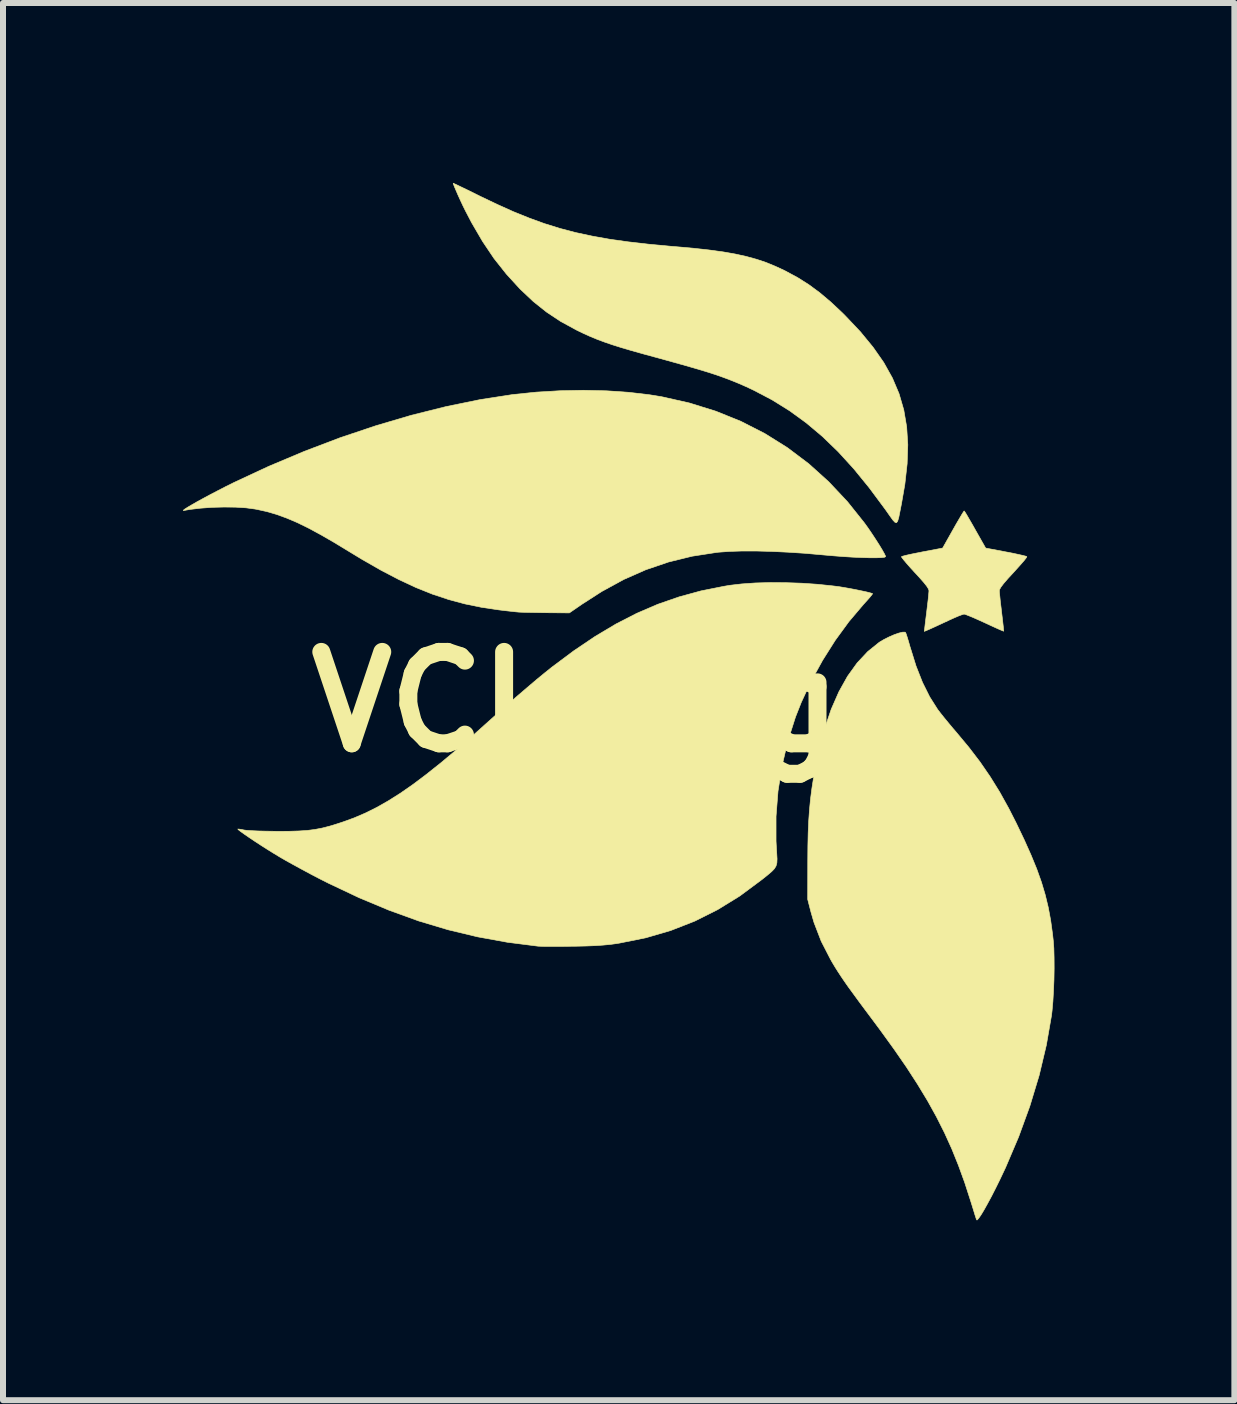
<source format=kicad_pcb>
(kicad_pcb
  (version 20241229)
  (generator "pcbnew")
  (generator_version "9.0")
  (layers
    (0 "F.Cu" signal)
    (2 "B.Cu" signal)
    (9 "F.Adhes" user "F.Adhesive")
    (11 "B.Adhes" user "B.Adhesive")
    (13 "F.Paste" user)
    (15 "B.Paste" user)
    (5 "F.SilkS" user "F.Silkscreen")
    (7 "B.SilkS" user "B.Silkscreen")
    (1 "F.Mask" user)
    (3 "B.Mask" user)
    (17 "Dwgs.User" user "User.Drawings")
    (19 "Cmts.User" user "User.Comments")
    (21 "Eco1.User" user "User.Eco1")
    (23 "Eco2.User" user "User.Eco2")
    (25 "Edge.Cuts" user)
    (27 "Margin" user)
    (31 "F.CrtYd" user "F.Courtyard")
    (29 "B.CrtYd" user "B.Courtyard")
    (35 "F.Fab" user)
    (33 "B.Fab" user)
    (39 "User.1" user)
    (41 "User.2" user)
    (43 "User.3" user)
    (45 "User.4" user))
  (footprint "VCL logo"
    (layer "F.Cu")
    (at 7.242 8.654)
    (property "Reference" "VCL logo" (at 0 0 0) (layer "F.SilkS") (effects (font (size 1.524 1.524) (thickness 0.3))))
    (attr through_hole)
    (fp_poly (pts (xy 5.796 -3.169) (xy 5.824 -3.124) (xy 5.864 -3.055) (xy 5.914 -2.969) (xy 5.967 -2.875) (xy 6.142 -2.566) (xy 6.48 -2.502) (xy 6.59 -2.481) (xy 6.687 -2.46) (xy 6.763 -2.443) (xy 6.812 -2.43) (xy 6.829 -2.423) (xy 6.819 -2.404) (xy 6.787 -2.362) (xy 6.735 -2.302) (xy 6.669 -2.228) (xy 6.604 -2.156) (xy 6.51 -2.054) (xy 6.442 -1.975) (xy 6.398 -1.917) (xy 6.375 -1.877) (xy 6.37 -1.856) (xy 6.372 -1.821) (xy 6.379 -1.754) (xy 6.388 -1.664) (xy 6.401 -1.56) (xy 6.408 -1.496) (xy 6.421 -1.39) (xy 6.431 -1.3) (xy 6.439 -1.231) (xy 6.442 -1.189) (xy 6.442 -1.18) (xy 6.424 -1.187) (xy 6.376 -1.207) (xy 6.305 -1.239) (xy 6.215 -1.28) (xy 6.127 -1.321) (xy 6.023 -1.368) (xy 5.931 -1.409) (xy 5.855 -1.44) (xy 5.803 -1.46) (xy 5.782 -1.465) (xy 5.753 -1.457) (xy 5.696 -1.436) (xy 5.621 -1.404) (xy 5.537 -1.366) (xy 5.406 -1.305) (xy 5.296 -1.254) (xy 5.21 -1.215) (xy 5.15 -1.189) (xy 5.122 -1.178) (xy 5.119 -1.178) (xy 5.122 -1.198) (xy 5.128 -1.25) (xy 5.137 -1.327) (xy 5.149 -1.424) (xy 5.158 -1.495) (xy 5.171 -1.605) (xy 5.183 -1.704) (xy 5.191 -1.785) (xy 5.196 -1.84) (xy 5.197 -1.856) (xy 5.188 -1.885) (xy 5.16 -1.93) (xy 5.111 -1.992) (xy 5.037 -2.076) (xy 4.963 -2.156) (xy 4.888 -2.238) (xy 4.824 -2.311) (xy 4.775 -2.369) (xy 4.745 -2.408) (xy 4.738 -2.423) (xy 4.76 -2.431) (xy 4.813 -2.445) (xy 4.892 -2.463) (xy 4.991 -2.483) (xy 5.086 -2.502) (xy 5.425 -2.566) (xy 5.599 -2.875) (xy 5.655 -2.974) (xy 5.705 -3.059) (xy 5.745 -3.127) (xy 5.772 -3.17) (xy 5.783 -3.185) (xy 5.796 -3.169)) (stroke (width 0.01) (type solid)) (fill yes) (layer "F.SilkS"))
    (fp_poly (pts (xy -2.719 -8.642) (xy -2.672 -8.62) (xy -2.599 -8.585) (xy -2.505 -8.54) (xy -2.395 -8.486) (xy -2.291 -8.434) (xy -2.004 -8.297) (xy -1.733 -8.175) (xy -1.471 -8.069) (xy -1.215 -7.976) (xy -0.958 -7.896) (xy -0.696 -7.827) (xy -0.422 -7.768) (xy -0.132 -7.716) (xy 0.18 -7.672) (xy 0.519 -7.633) (xy 0.89 -7.598) (xy 0.977 -7.591) (xy 1.271 -7.565) (xy 1.53 -7.536) (xy 1.76 -7.505) (xy 1.965 -7.469) (xy 2.151 -7.428) (xy 2.322 -7.381) (xy 2.483 -7.327) (xy 2.638 -7.263) (xy 2.793 -7.191) (xy 2.804 -7.185) (xy 3.005 -7.077) (xy 3.192 -6.959) (xy 3.374 -6.825) (xy 3.558 -6.67) (xy 3.752 -6.488) (xy 3.801 -6.439) (xy 4.051 -6.175) (xy 4.264 -5.916) (xy 4.443 -5.66) (xy 4.587 -5.402) (xy 4.698 -5.14) (xy 4.777 -4.869) (xy 4.825 -4.586) (xy 4.844 -4.288) (xy 4.833 -3.971) (xy 4.795 -3.631) (xy 4.738 -3.302) (xy 4.712 -3.17) (xy 4.693 -3.075) (xy 4.675 -3.015) (xy 4.656 -2.989) (xy 4.631 -2.995) (xy 4.595 -3.033) (xy 4.546 -3.101) (xy 4.478 -3.198) (xy 4.465 -3.216) (xy 4.202 -3.57) (xy 3.943 -3.888) (xy 3.683 -4.173) (xy 3.42 -4.427) (xy 3.15 -4.654) (xy 2.872 -4.856) (xy 2.581 -5.037) (xy 2.276 -5.197) (xy 2.151 -5.256) (xy 2.028 -5.31) (xy 1.903 -5.361) (xy 1.771 -5.411) (xy 1.628 -5.461) (xy 1.468 -5.512) (xy 1.287 -5.566) (xy 1.081 -5.625) (xy 0.844 -5.691) (xy 0.684 -5.735) (xy 0.449 -5.799) (xy 0.246 -5.856) (xy 0.072 -5.907) (xy -0.08 -5.955) (xy -0.214 -6.001) (xy -0.335 -6.046) (xy -0.449 -6.093) (xy -0.56 -6.143) (xy -0.674 -6.198) (xy -0.689 -6.206) (xy -0.946 -6.346) (xy -1.179 -6.501) (xy -1.4 -6.677) (xy -1.618 -6.883) (xy -1.625 -6.89) (xy -1.849 -7.135) (xy -2.055 -7.395) (xy -2.246 -7.679) (xy -2.428 -7.991) (xy -2.531 -8.188) (xy -2.573 -8.273) (xy -2.616 -8.365) (xy -2.657 -8.455) (xy -2.692 -8.536) (xy -2.719 -8.6) (xy -2.734 -8.64) (xy -2.735 -8.649) (xy -2.719 -8.642)) (stroke (width 0.01) (type solid)) (fill yes) (layer "F.SilkS"))
    (fp_poly (pts (xy -0.18 -5.188) (xy 0.19 -5.163) (xy 0.538 -5.122) (xy 0.741 -5.089) (xy 1.202 -4.985) (xy 1.643 -4.848) (xy 2.061 -4.679) (xy 2.459 -4.476) (xy 2.835 -4.241) (xy 3.191 -3.973) (xy 3.525 -3.672) (xy 3.838 -3.339) (xy 4.119 -2.987) (xy 4.181 -2.901) (xy 4.245 -2.807) (xy 4.308 -2.711) (xy 4.367 -2.619) (xy 4.416 -2.538) (xy 4.452 -2.474) (xy 4.472 -2.433) (xy 4.474 -2.423) (xy 4.456 -2.413) (xy 4.402 -2.407) (xy 4.319 -2.404) (xy 4.21 -2.404) (xy 4.079 -2.408) (xy 3.931 -2.414) (xy 3.771 -2.424) (xy 3.602 -2.437) (xy 3.43 -2.452) (xy 3.409 -2.454) (xy 3.126 -2.479) (xy 2.846 -2.497) (xy 2.574 -2.51) (xy 2.317 -2.517) (xy 2.08 -2.517) (xy 1.869 -2.51) (xy 1.689 -2.497) (xy 1.654 -2.493) (xy 1.247 -2.43) (xy 0.856 -2.334) (xy 0.477 -2.205) (xy 0.107 -2.042) (xy -0.259 -1.842) (xy -0.59 -1.629) (xy -0.799 -1.485) (xy -1.176 -1.488) (xy -1.3 -1.49) (xy -1.417 -1.492) (xy -1.518 -1.494) (xy -1.596 -1.496) (xy -1.641 -1.498) (xy -1.695 -1.503) (xy -1.777 -1.512) (xy -1.875 -1.523) (xy -1.973 -1.535) (xy -2.262 -1.578) (xy -2.54 -1.635) (xy -2.812 -1.708) (xy -3.083 -1.798) (xy -3.357 -1.908) (xy -3.64 -2.04) (xy -3.937 -2.195) (xy -4.253 -2.376) (xy -4.474 -2.51) (xy -4.726 -2.663) (xy -4.952 -2.793) (xy -5.156 -2.903) (xy -5.343 -2.994) (xy -5.518 -3.068) (xy -5.684 -3.128) (xy -5.846 -3.175) (xy -6.009 -3.211) (xy -6.042 -3.217) (xy -6.19 -3.237) (xy -6.365 -3.248) (xy -6.557 -3.25) (xy -6.755 -3.245) (xy -6.947 -3.231) (xy -7.124 -3.21) (xy -7.229 -3.192) (xy -7.237 -3.195) (xy -7.214 -3.214) (xy -7.164 -3.246) (xy -7.091 -3.289) (xy -6.999 -3.342) (xy -6.892 -3.4) (xy -6.775 -3.463) (xy -6.65 -3.528) (xy -6.522 -3.594) (xy -6.399 -3.655) (xy -5.811 -3.929) (xy -5.217 -4.179) (xy -4.62 -4.406) (xy -4.024 -4.606) (xy -3.434 -4.78) (xy -2.854 -4.925) (xy -2.288 -5.041) (xy -1.74 -5.126) (xy -1.729 -5.127) (xy -1.348 -5.166) (xy -0.957 -5.189) (xy -0.566 -5.197) (xy -0.18 -5.188)) (stroke (width 0.01) (type solid)) (fill yes) (layer "F.SilkS"))
    (fp_poly (pts (xy 4.805 -1.16) (xy 4.816 -1.136) (xy 4.834 -1.081) (xy 4.857 -1.005) (xy 4.883 -0.914) (xy 4.885 -0.909) (xy 4.981 -0.6) (xy 5.089 -0.326) (xy 5.209 -0.085) (xy 5.342 0.125) (xy 5.342 0.125) (xy 5.385 0.181) (xy 5.447 0.259) (xy 5.521 0.349) (xy 5.601 0.445) (xy 5.647 0.498) (xy 5.861 0.755) (xy 6.049 1.001) (xy 6.218 1.247) (xy 6.376 1.502) (xy 6.528 1.776) (xy 6.653 2.022) (xy 6.786 2.3) (xy 6.899 2.553) (xy 6.994 2.785) (xy 7.072 3.004) (xy 7.135 3.215) (xy 7.186 3.426) (xy 7.226 3.641) (xy 7.257 3.867) (xy 7.269 3.976) (xy 7.279 4.107) (xy 7.283 4.266) (xy 7.284 4.444) (xy 7.281 4.632) (xy 7.273 4.819) (xy 7.263 4.996) (xy 7.249 5.152) (xy 7.24 5.227) (xy 7.154 5.721) (xy 7.034 6.226) (xy 6.879 6.738) (xy 6.692 7.251) (xy 6.474 7.763) (xy 6.38 7.962) (xy 6.307 8.11) (xy 6.237 8.247) (xy 6.171 8.369) (xy 6.113 8.473) (xy 6.064 8.554) (xy 6.025 8.61) (xy 6 8.637) (xy 5.991 8.635) (xy 5.982 8.608) (xy 5.963 8.55) (xy 5.938 8.468) (xy 5.908 8.371) (xy 5.89 8.314) (xy 5.792 8.011) (xy 5.688 7.725) (xy 5.577 7.45) (xy 5.456 7.183) (xy 5.322 6.917) (xy 5.174 6.65) (xy 5.008 6.376) (xy 4.823 6.09) (xy 4.615 5.789) (xy 4.382 5.467) (xy 4.274 5.322) (xy 4.141 5.144) (xy 4.028 4.992) (xy 3.934 4.863) (xy 3.854 4.754) (xy 3.787 4.658) (xy 3.73 4.574) (xy 3.679 4.496) (xy 3.631 4.42) (xy 3.585 4.343) (xy 3.558 4.296) (xy 3.401 3.991) (xy 3.28 3.677) (xy 3.23 3.505) (xy 3.175 3.292) (xy 3.176 2.657) (xy 3.178 2.403) (xy 3.183 2.18) (xy 3.192 1.98) (xy 3.205 1.796) (xy 3.222 1.618) (xy 3.245 1.44) (xy 3.274 1.254) (xy 3.283 1.197) (xy 3.361 0.806) (xy 3.456 0.448) (xy 3.567 0.122) (xy 3.695 -0.17) (xy 3.839 -0.428) (xy 4 -0.652) (xy 4.176 -0.84) (xy 4.367 -0.994) (xy 4.373 -0.998) (xy 4.449 -1.043) (xy 4.533 -1.085) (xy 4.618 -1.122) (xy 4.696 -1.149) (xy 4.758 -1.164) (xy 4.798 -1.164) (xy 4.805 -1.16)) (stroke (width 0.01) (type solid)) (fill yes) (layer "F.SilkS"))
    (fp_poly (pts (xy 2.812 -1.989) (xy 3.078 -1.98) (xy 3.339 -1.962) (xy 3.588 -1.936) (xy 3.693 -1.923) (xy 3.778 -1.909) (xy 3.875 -1.892) (xy 3.975 -1.873) (xy 4.071 -1.853) (xy 4.155 -1.835) (xy 4.218 -1.819) (xy 4.253 -1.808) (xy 4.257 -1.806) (xy 4.247 -1.79) (xy 4.216 -1.751) (xy 4.167 -1.695) (xy 4.106 -1.628) (xy 4.1 -1.621) (xy 3.862 -1.34) (xy 3.634 -1.028) (xy 3.423 -0.694) (xy 3.232 -0.346) (xy 3.068 0.006) (xy 2.972 0.249) (xy 2.844 0.65) (xy 2.747 1.065) (xy 2.68 1.487) (xy 2.647 1.908) (xy 2.647 2.321) (xy 2.652 2.413) (xy 2.659 2.53) (xy 2.664 2.617) (xy 2.661 2.683) (xy 2.647 2.735) (xy 2.62 2.78) (xy 2.575 2.827) (xy 2.509 2.883) (xy 2.418 2.956) (xy 2.393 2.975) (xy 2.04 3.237) (xy 1.673 3.463) (xy 1.292 3.654) (xy 0.893 3.81) (xy 0.476 3.932) (xy 0.039 4.02) (xy -0.008 4.028) (xy -0.119 4.043) (xy -0.236 4.054) (xy -0.368 4.063) (xy -0.522 4.069) (xy -0.705 4.073) (xy -0.752 4.073) (xy -0.891 4.075) (xy -1.021 4.075) (xy -1.136 4.075) (xy -1.229 4.075) (xy -1.294 4.073) (xy -1.319 4.072) (xy -1.829 4.007) (xy -2.329 3.916) (xy -2.821 3.798) (xy -3.312 3.651) (xy -3.804 3.473) (xy -4.304 3.264) (xy -4.816 3.022) (xy -4.97 2.944) (xy -5.106 2.873) (xy -5.251 2.795) (xy -5.394 2.717) (xy -5.524 2.645) (xy -5.631 2.583) (xy -5.637 2.579) (xy -5.733 2.521) (xy -5.836 2.457) (xy -5.941 2.39) (xy -6.042 2.324) (xy -6.136 2.261) (xy -6.216 2.206) (xy -6.278 2.162) (xy -6.316 2.132) (xy -6.327 2.119) (xy -6.306 2.12) (xy -6.259 2.127) (xy -6.223 2.135) (xy -6.176 2.141) (xy -6.096 2.146) (xy -5.991 2.151) (xy -5.868 2.154) (xy -5.734 2.156) (xy -5.656 2.157) (xy -5.466 2.156) (xy -5.306 2.151) (xy -5.168 2.142) (xy -5.043 2.126) (xy -4.922 2.103) (xy -4.797 2.071) (xy -4.66 2.029) (xy -4.572 2) (xy -4.385 1.932) (xy -4.199 1.852) (xy -4.01 1.758) (xy -3.818 1.649) (xy -3.617 1.522) (xy -3.407 1.376) (xy -3.185 1.209) (xy -2.946 1.019) (xy -2.69 0.805) (xy -2.413 0.564) (xy -2.198 0.371) (xy -2.019 0.211) (xy -1.839 0.052) (xy -1.663 -0.102) (xy -1.496 -0.245) (xy -1.343 -0.375) (xy -1.208 -0.486) (xy -1.097 -0.575) (xy -1.092 -0.579) (xy -0.725 -0.853) (xy -0.369 -1.093) (xy -0.02 -1.301) (xy 0.327 -1.479) (xy 0.676 -1.629) (xy 1.031 -1.752) (xy 1.396 -1.852) (xy 1.776 -1.928) (xy 1.876 -1.945) (xy 2.074 -1.968) (xy 2.301 -1.984) (xy 2.55 -1.991) (xy 2.812 -1.989)) (stroke (width 0.01) (type solid)) (fill yes) (layer "F.SilkS")))
  (gr_rect
    (start -3 -3)
    (end 17.531 20.296)
    (stroke (width 0.1) (type default))
    (fill no)
    (layer "Edge.Cuts")))
</source>
